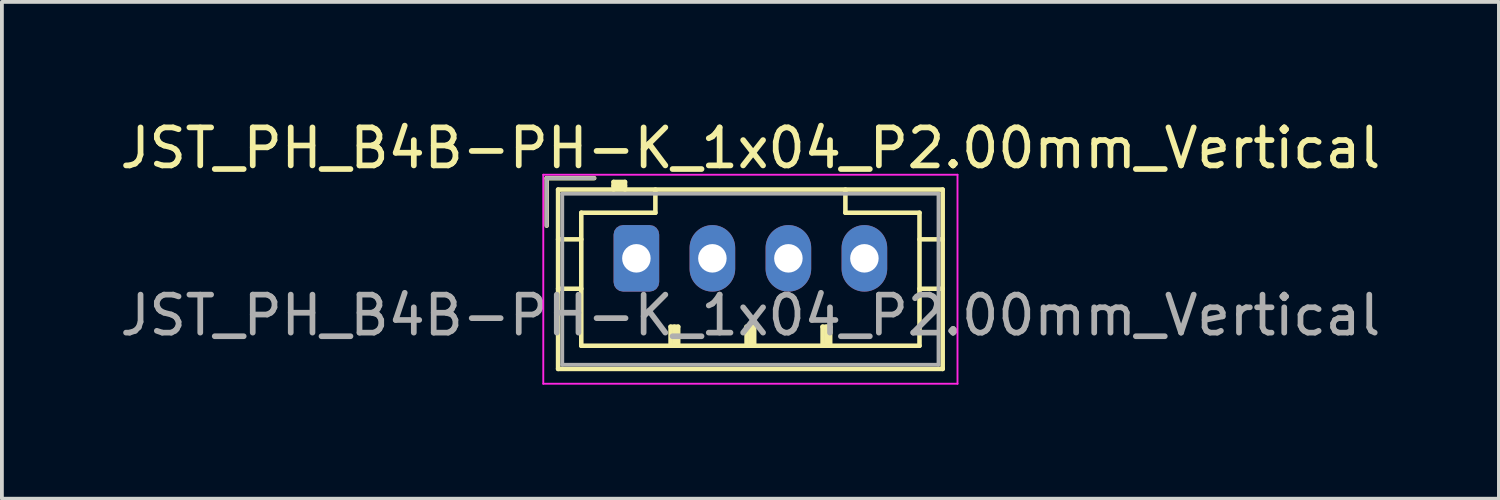
<source format=kicad_pcb>
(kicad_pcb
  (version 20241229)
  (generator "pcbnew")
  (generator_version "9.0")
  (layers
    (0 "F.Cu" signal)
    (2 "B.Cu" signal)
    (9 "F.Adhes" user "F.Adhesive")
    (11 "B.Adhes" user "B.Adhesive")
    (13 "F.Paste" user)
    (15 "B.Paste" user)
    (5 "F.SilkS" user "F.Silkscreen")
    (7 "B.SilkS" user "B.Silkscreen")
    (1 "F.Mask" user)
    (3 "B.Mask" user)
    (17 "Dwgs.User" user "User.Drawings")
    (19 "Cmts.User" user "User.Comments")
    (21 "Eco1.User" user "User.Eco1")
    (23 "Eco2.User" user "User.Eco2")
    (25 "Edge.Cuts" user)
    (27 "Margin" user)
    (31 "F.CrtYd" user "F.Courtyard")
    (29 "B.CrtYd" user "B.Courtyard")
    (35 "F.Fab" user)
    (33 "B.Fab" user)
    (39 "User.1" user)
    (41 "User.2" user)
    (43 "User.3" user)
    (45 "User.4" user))
  (footprint "JST_PH_B4B-PH-K_1x04_P2.00mm_Vertical"
    (layer "F.Cu")
    (at 13.696 3.748)
    (property "Reference" "JST_PH_B4B-PH-K_1x04_P2.00mm_Vertical" (at 3 -2.9 0) (layer "F.SilkS") (effects (font (size 1 1) (thickness 0.15))))
    (attr through_hole)
    (fp_line (start -2.36 -2.11) (end -2.36 -0.86) (stroke (width 0.12) (type solid)) (layer "F.SilkS"))
    (fp_line (start -2.06 -1.81) (end -2.06 2.91) (stroke (width 0.12) (type solid)) (layer "F.SilkS"))
    (fp_line (start -2.06 -0.5) (end -1.45 -0.5) (stroke (width 0.12) (type solid)) (layer "F.SilkS"))
    (fp_line (start -2.06 0.8) (end -1.45 0.8) (stroke (width 0.12) (type solid)) (layer "F.SilkS"))
    (fp_line (start -2.06 2.91) (end 8.06 2.91) (stroke (width 0.12) (type solid)) (layer "F.SilkS"))
    (fp_line (start -1.45 -1.2) (end -1.45 2.3) (stroke (width 0.12) (type solid)) (layer "F.SilkS"))
    (fp_line (start -1.45 2.3) (end 7.45 2.3) (stroke (width 0.12) (type solid)) (layer "F.SilkS"))
    (fp_line (start -1.11 -2.11) (end -2.36 -2.11) (stroke (width 0.12) (type solid)) (layer "F.SilkS"))
    (fp_line (start -0.6 -2.01) (end -0.6 -1.81) (stroke (width 0.12) (type solid)) (layer "F.SilkS"))
    (fp_line (start -0.3 -2.01) (end -0.6 -2.01) (stroke (width 0.12) (type solid)) (layer "F.SilkS"))
    (fp_line (start -0.3 -1.91) (end -0.6 -1.91) (stroke (width 0.12) (type solid)) (layer "F.SilkS"))
    (fp_line (start -0.3 -1.81) (end -0.3 -2.01) (stroke (width 0.12) (type solid)) (layer "F.SilkS"))
    (fp_line (start 0.5 -1.81) (end 0.5 -1.2) (stroke (width 0.12) (type solid)) (layer "F.SilkS"))
    (fp_line (start 0.5 -1.2) (end -1.45 -1.2) (stroke (width 0.12) (type solid)) (layer "F.SilkS"))
    (fp_line (start 0.9 1.8) (end 1.1 1.8) (stroke (width 0.12) (type solid)) (layer "F.SilkS"))
    (fp_line (start 0.9 2.3) (end 0.9 1.8) (stroke (width 0.12) (type solid)) (layer "F.SilkS"))
    (fp_line (start 1 2.3) (end 1 1.8) (stroke (width 0.12) (type solid)) (layer "F.SilkS"))
    (fp_line (start 1.1 1.8) (end 1.1 2.3) (stroke (width 0.12) (type solid)) (layer "F.SilkS"))
    (fp_line (start 2.9 1.8) (end 3.1 1.8) (stroke (width 0.12) (type solid)) (layer "F.SilkS"))
    (fp_line (start 2.9 2.3) (end 2.9 1.8) (stroke (width 0.12) (type solid)) (layer "F.SilkS"))
    (fp_line (start 3 2.3) (end 3 1.8) (stroke (width 0.12) (type solid)) (layer "F.SilkS"))
    (fp_line (start 3.1 1.8) (end 3.1 2.3) (stroke (width 0.12) (type solid)) (layer "F.SilkS"))
    (fp_line (start 4.9 1.8) (end 5.1 1.8) (stroke (width 0.12) (type solid)) (layer "F.SilkS"))
    (fp_line (start 4.9 2.3) (end 4.9 1.8) (stroke (width 0.12) (type solid)) (layer "F.SilkS"))
    (fp_line (start 5 2.3) (end 5 1.8) (stroke (width 0.12) (type solid)) (layer "F.SilkS"))
    (fp_line (start 5.1 1.8) (end 5.1 2.3) (stroke (width 0.12) (type solid)) (layer "F.SilkS"))
    (fp_line (start 5.5 -1.2) (end 5.5 -1.81) (stroke (width 0.12) (type solid)) (layer "F.SilkS"))
    (fp_line (start 7.45 -1.2) (end 5.5 -1.2) (stroke (width 0.12) (type solid)) (layer "F.SilkS"))
    (fp_line (start 7.45 2.3) (end 7.45 -1.2) (stroke (width 0.12) (type solid)) (layer "F.SilkS"))
    (fp_line (start 8.06 -1.81) (end -2.06 -1.81) (stroke (width 0.12) (type solid)) (layer "F.SilkS"))
    (fp_line (start 8.06 -0.5) (end 7.45 -0.5) (stroke (width 0.12) (type solid)) (layer "F.SilkS"))
    (fp_line (start 8.06 0.8) (end 7.45 0.8) (stroke (width 0.12) (type solid)) (layer "F.SilkS"))
    (fp_line (start 8.06 2.91) (end 8.06 -1.81) (stroke (width 0.12) (type solid)) (layer "F.SilkS"))
    (fp_line (start -2.45 -2.2) (end -2.45 3.3) (stroke (width 0.05) (type solid)) (layer "F.CrtYd"))
    (fp_line (start -2.45 3.3) (end 8.45 3.3) (stroke (width 0.05) (type solid)) (layer "F.CrtYd"))
    (fp_line (start 8.45 -2.2) (end -2.45 -2.2) (stroke (width 0.05) (type solid)) (layer "F.CrtYd"))
    (fp_line (start 8.45 3.3) (end 8.45 -2.2) (stroke (width 0.05) (type solid)) (layer "F.CrtYd"))
    (fp_line (start -2.36 -2.11) (end -2.36 -0.86) (stroke (width 0.1) (type solid)) (layer "F.Fab"))
    (fp_line (start -1.95 -1.7) (end -1.95 2.8) (stroke (width 0.1) (type solid)) (layer "F.Fab"))
    (fp_line (start -1.95 2.8) (end 7.95 2.8) (stroke (width 0.1) (type solid)) (layer "F.Fab"))
    (fp_line (start -1.11 -2.11) (end -2.36 -2.11) (stroke (width 0.1) (type solid)) (layer "F.Fab"))
    (fp_line (start 7.95 -1.7) (end -1.95 -1.7) (stroke (width 0.1) (type solid)) (layer "F.Fab"))
    (fp_line (start 7.95 2.8) (end 7.95 -1.7) (stroke (width 0.1) (type solid)) (layer "F.Fab"))
    (fp_text user "${REFERENCE}" (at 3 1.5 0) (layer "F.Fab") (effects (font (size 1 1) (thickness 0.15))))
    (pad "1" thru_hole roundrect (at 0 0) (size 1.2 1.75) (drill 0.75) (layers "*.Cu" "*.Mask") (roundrect_rratio 0.208))
    (pad "2" thru_hole oval (at 2 0) (size 1.2 1.75) (drill 0.75) (layers "*.Cu" "*.Mask"))
    (pad "3" thru_hole oval (at 4 0) (size 1.2 1.75) (drill 0.75) (layers "*.Cu" "*.Mask"))
    (pad "4" thru_hole oval (at 6 0) (size 1.2 1.75) (drill 0.75) (layers "*.Cu" "*.Mask")))
  (gr_rect
    (start -3 -3)
    (end 36.393 10.073)
    (stroke (width 0.1) (type default))
    (fill no)
    (layer "Edge.Cuts")))
</source>
